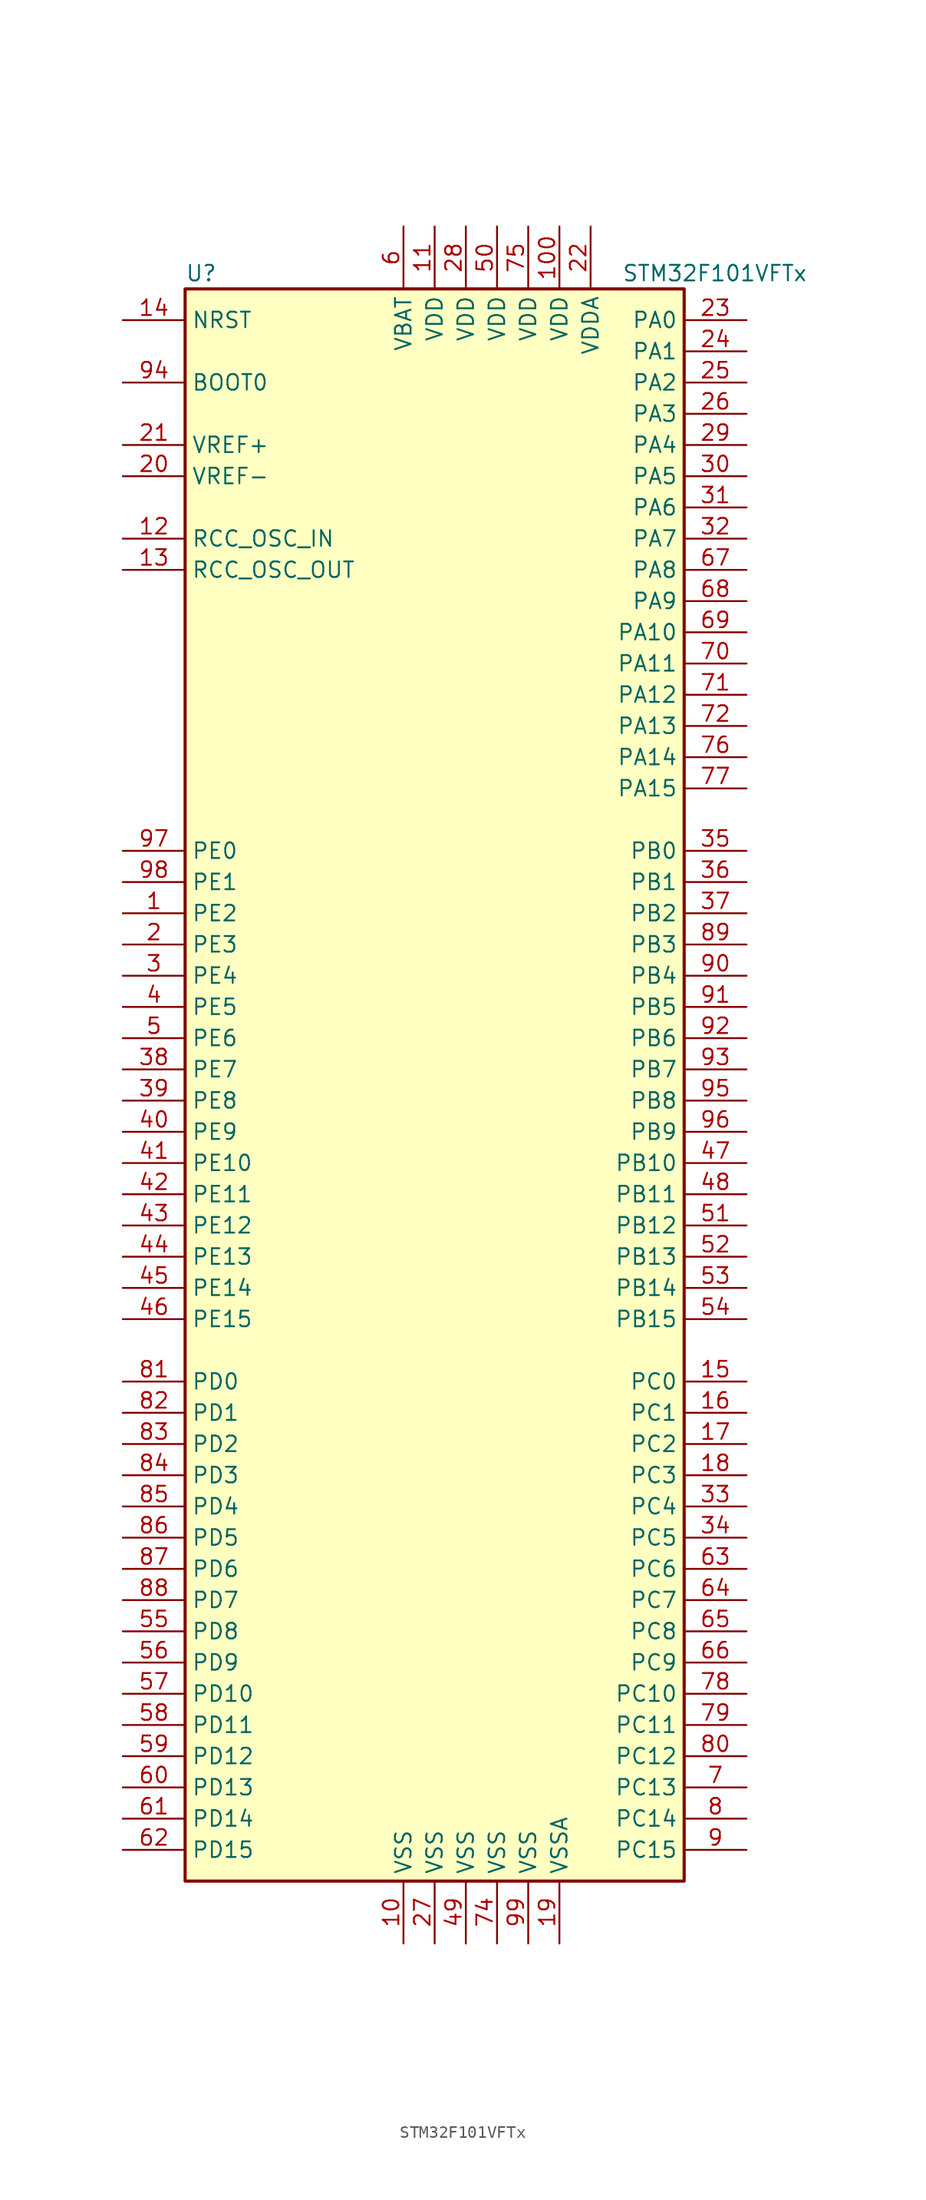
<source format=kicad_sym>
(kicad_symbol_lib
  (version 20201005)
  (generator kicad_symbol_editor)
  (symbol "MCU_ST_STM32F1:STM32F101VFTx"
    (property "Reference" "U"
      (at -20.32 64.77 0)
      (effects (font (size 1.27 1.27)) (justify left)))
    (property "Value" "STM32F101VFTx"
      (at 15.24 64.77 0)
      (effects (font (size 1.27 1.27)) (justify left)))
    (symbol "STM32F101VFTx_0_1"
      (rectangle (start -20.32 -66.04) (end 20.32 63.5) (stroke (width 0.254)) (fill (type background))))
    (symbol "STM32F101VFTx_1_1"
      (pin input line (at -25.4 55.88 0) (length 5.08) (name "BOOT0" (effects (font (size 1.27 1.27)))) (number "94" (effects (font (size 1.27 1.27)))))
      (pin no_connect line (at -20.32 -63.5 0) (length 5.08) hide (name "NC" (effects (font (size 1.27 1.27)))) (number "73" (effects (font (size 1.27 1.27)))))
      (pin input line (at -25.4 60.96 0) (length 5.08) (name "NRST" (effects (font (size 1.27 1.27)))) (number "14" (effects (font (size 1.27 1.27)))))
      (pin bidirectional line (at 25.4 60.96 180) (length 5.08) (name "PA0" (effects (font (size 1.27 1.27)))) (number "23" (effects (font (size 1.27 1.27)))))
      (pin bidirectional line (at 25.4 58.42 180) (length 5.08) (name "PA1" (effects (font (size 1.27 1.27)))) (number "24" (effects (font (size 1.27 1.27)))))
      (pin bidirectional line (at 25.4 35.56 180) (length 5.08) (name "PA10" (effects (font (size 1.27 1.27)))) (number "69" (effects (font (size 1.27 1.27)))))
      (pin bidirectional line (at 25.4 33.02 180) (length 5.08) (name "PA11" (effects (font (size 1.27 1.27)))) (number "70" (effects (font (size 1.27 1.27)))))
      (pin bidirectional line (at 25.4 30.48 180) (length 5.08) (name "PA12" (effects (font (size 1.27 1.27)))) (number "71" (effects (font (size 1.27 1.27)))))
      (pin bidirectional line (at 25.4 27.94 180) (length 5.08) (name "PA13" (effects (font (size 1.27 1.27)))) (number "72" (effects (font (size 1.27 1.27)))))
      (pin bidirectional line (at 25.4 25.4 180) (length 5.08) (name "PA14" (effects (font (size 1.27 1.27)))) (number "76" (effects (font (size 1.27 1.27)))))
      (pin bidirectional line (at 25.4 22.86 180) (length 5.08) (name "PA15" (effects (font (size 1.27 1.27)))) (number "77" (effects (font (size 1.27 1.27)))))
      (pin bidirectional line (at 25.4 55.88 180) (length 5.08) (name "PA2" (effects (font (size 1.27 1.27)))) (number "25" (effects (font (size 1.27 1.27)))))
      (pin bidirectional line (at 25.4 53.34 180) (length 5.08) (name "PA3" (effects (font (size 1.27 1.27)))) (number "26" (effects (font (size 1.27 1.27)))))
      (pin bidirectional line (at 25.4 50.8 180) (length 5.08) (name "PA4" (effects (font (size 1.27 1.27)))) (number "29" (effects (font (size 1.27 1.27)))))
      (pin bidirectional line (at 25.4 48.26 180) (length 5.08) (name "PA5" (effects (font (size 1.27 1.27)))) (number "30" (effects (font (size 1.27 1.27)))))
      (pin bidirectional line (at 25.4 45.72 180) (length 5.08) (name "PA6" (effects (font (size 1.27 1.27)))) (number "31" (effects (font (size 1.27 1.27)))))
      (pin bidirectional line (at 25.4 43.18 180) (length 5.08) (name "PA7" (effects (font (size 1.27 1.27)))) (number "32" (effects (font (size 1.27 1.27)))))
      (pin bidirectional line (at 25.4 40.64 180) (length 5.08) (name "PA8" (effects (font (size 1.27 1.27)))) (number "67" (effects (font (size 1.27 1.27)))))
      (pin bidirectional line (at 25.4 38.1 180) (length 5.08) (name "PA9" (effects (font (size 1.27 1.27)))) (number "68" (effects (font (size 1.27 1.27)))))
      (pin bidirectional line (at 25.4 17.78 180) (length 5.08) (name "PB0" (effects (font (size 1.27 1.27)))) (number "35" (effects (font (size 1.27 1.27)))))
      (pin bidirectional line (at 25.4 15.24 180) (length 5.08) (name "PB1" (effects (font (size 1.27 1.27)))) (number "36" (effects (font (size 1.27 1.27)))))
      (pin bidirectional line (at 25.4 -7.62 180) (length 5.08) (name "PB10" (effects (font (size 1.27 1.27)))) (number "47" (effects (font (size 1.27 1.27)))))
      (pin bidirectional line (at 25.4 -10.16 180) (length 5.08) (name "PB11" (effects (font (size 1.27 1.27)))) (number "48" (effects (font (size 1.27 1.27)))))
      (pin bidirectional line (at 25.4 -12.7 180) (length 5.08) (name "PB12" (effects (font (size 1.27 1.27)))) (number "51" (effects (font (size 1.27 1.27)))))
      (pin bidirectional line (at 25.4 -15.24 180) (length 5.08) (name "PB13" (effects (font (size 1.27 1.27)))) (number "52" (effects (font (size 1.27 1.27)))))
      (pin bidirectional line (at 25.4 -17.78 180) (length 5.08) (name "PB14" (effects (font (size 1.27 1.27)))) (number "53" (effects (font (size 1.27 1.27)))))
      (pin bidirectional line (at 25.4 -20.32 180) (length 5.08) (name "PB15" (effects (font (size 1.27 1.27)))) (number "54" (effects (font (size 1.27 1.27)))))
      (pin bidirectional line (at 25.4 12.7 180) (length 5.08) (name "PB2" (effects (font (size 1.27 1.27)))) (number "37" (effects (font (size 1.27 1.27)))))
      (pin bidirectional line (at 25.4 10.16 180) (length 5.08) (name "PB3" (effects (font (size 1.27 1.27)))) (number "89" (effects (font (size 1.27 1.27)))))
      (pin bidirectional line (at 25.4 7.62 180) (length 5.08) (name "PB4" (effects (font (size 1.27 1.27)))) (number "90" (effects (font (size 1.27 1.27)))))
      (pin bidirectional line (at 25.4 5.08 180) (length 5.08) (name "PB5" (effects (font (size 1.27 1.27)))) (number "91" (effects (font (size 1.27 1.27)))))
      (pin bidirectional line (at 25.4 2.54 180) (length 5.08) (name "PB6" (effects (font (size 1.27 1.27)))) (number "92" (effects (font (size 1.27 1.27)))))
      (pin bidirectional line (at 25.4 0 180) (length 5.08) (name "PB7" (effects (font (size 1.27 1.27)))) (number "93" (effects (font (size 1.27 1.27)))))
      (pin bidirectional line (at 25.4 -2.54 180) (length 5.08) (name "PB8" (effects (font (size 1.27 1.27)))) (number "95" (effects (font (size 1.27 1.27)))))
      (pin bidirectional line (at 25.4 -5.08 180) (length 5.08) (name "PB9" (effects (font (size 1.27 1.27)))) (number "96" (effects (font (size 1.27 1.27)))))
      (pin bidirectional line (at 25.4 -25.4 180) (length 5.08) (name "PC0" (effects (font (size 1.27 1.27)))) (number "15" (effects (font (size 1.27 1.27)))))
      (pin bidirectional line (at 25.4 -27.94 180) (length 5.08) (name "PC1" (effects (font (size 1.27 1.27)))) (number "16" (effects (font (size 1.27 1.27)))))
      (pin bidirectional line (at 25.4 -50.8 180) (length 5.08) (name "PC10" (effects (font (size 1.27 1.27)))) (number "78" (effects (font (size 1.27 1.27)))))
      (pin bidirectional line (at 25.4 -53.34 180) (length 5.08) (name "PC11" (effects (font (size 1.27 1.27)))) (number "79" (effects (font (size 1.27 1.27)))))
      (pin bidirectional line (at 25.4 -55.88 180) (length 5.08) (name "PC12" (effects (font (size 1.27 1.27)))) (number "80" (effects (font (size 1.27 1.27)))))
      (pin bidirectional line (at 25.4 -58.42 180) (length 5.08) (name "PC13" (effects (font (size 1.27 1.27)))) (number "7" (effects (font (size 1.27 1.27)))))
      (pin bidirectional line (at 25.4 -60.96 180) (length 5.08) (name "PC14" (effects (font (size 1.27 1.27)))) (number "8" (effects (font (size 1.27 1.27)))))
      (pin bidirectional line (at 25.4 -63.5 180) (length 5.08) (name "PC15" (effects (font (size 1.27 1.27)))) (number "9" (effects (font (size 1.27 1.27)))))
      (pin bidirectional line (at 25.4 -30.48 180) (length 5.08) (name "PC2" (effects (font (size 1.27 1.27)))) (number "17" (effects (font (size 1.27 1.27)))))
      (pin bidirectional line (at 25.4 -33.02 180) (length 5.08) (name "PC3" (effects (font (size 1.27 1.27)))) (number "18" (effects (font (size 1.27 1.27)))))
      (pin bidirectional line (at 25.4 -35.56 180) (length 5.08) (name "PC4" (effects (font (size 1.27 1.27)))) (number "33" (effects (font (size 1.27 1.27)))))
      (pin bidirectional line (at 25.4 -38.1 180) (length 5.08) (name "PC5" (effects (font (size 1.27 1.27)))) (number "34" (effects (font (size 1.27 1.27)))))
      (pin bidirectional line (at 25.4 -40.64 180) (length 5.08) (name "PC6" (effects (font (size 1.27 1.27)))) (number "63" (effects (font (size 1.27 1.27)))))
      (pin bidirectional line (at 25.4 -43.18 180) (length 5.08) (name "PC7" (effects (font (size 1.27 1.27)))) (number "64" (effects (font (size 1.27 1.27)))))
      (pin bidirectional line (at 25.4 -45.72 180) (length 5.08) (name "PC8" (effects (font (size 1.27 1.27)))) (number "65" (effects (font (size 1.27 1.27)))))
      (pin bidirectional line (at 25.4 -48.26 180) (length 5.08) (name "PC9" (effects (font (size 1.27 1.27)))) (number "66" (effects (font (size 1.27 1.27)))))
      (pin bidirectional line (at -25.4 -25.4 0) (length 5.08) (name "PD0" (effects (font (size 1.27 1.27)))) (number "81" (effects (font (size 1.27 1.27)))))
      (pin bidirectional line (at -25.4 -27.94 0) (length 5.08) (name "PD1" (effects (font (size 1.27 1.27)))) (number "82" (effects (font (size 1.27 1.27)))))
      (pin bidirectional line (at -25.4 -50.8 0) (length 5.08) (name "PD10" (effects (font (size 1.27 1.27)))) (number "57" (effects (font (size 1.27 1.27)))))
      (pin bidirectional line (at -25.4 -53.34 0) (length 5.08) (name "PD11" (effects (font (size 1.27 1.27)))) (number "58" (effects (font (size 1.27 1.27)))))
      (pin bidirectional line (at -25.4 -55.88 0) (length 5.08) (name "PD12" (effects (font (size 1.27 1.27)))) (number "59" (effects (font (size 1.27 1.27)))))
      (pin bidirectional line (at -25.4 -58.42 0) (length 5.08) (name "PD13" (effects (font (size 1.27 1.27)))) (number "60" (effects (font (size 1.27 1.27)))))
      (pin bidirectional line (at -25.4 -60.96 0) (length 5.08) (name "PD14" (effects (font (size 1.27 1.27)))) (number "61" (effects (font (size 1.27 1.27)))))
      (pin bidirectional line (at -25.4 -63.5 0) (length 5.08) (name "PD15" (effects (font (size 1.27 1.27)))) (number "62" (effects (font (size 1.27 1.27)))))
      (pin bidirectional line (at -25.4 -30.48 0) (length 5.08) (name "PD2" (effects (font (size 1.27 1.27)))) (number "83" (effects (font (size 1.27 1.27)))))
      (pin bidirectional line (at -25.4 -33.02 0) (length 5.08) (name "PD3" (effects (font (size 1.27 1.27)))) (number "84" (effects (font (size 1.27 1.27)))))
      (pin bidirectional line (at -25.4 -35.56 0) (length 5.08) (name "PD4" (effects (font (size 1.27 1.27)))) (number "85" (effects (font (size 1.27 1.27)))))
      (pin bidirectional line (at -25.4 -38.1 0) (length 5.08) (name "PD5" (effects (font (size 1.27 1.27)))) (number "86" (effects (font (size 1.27 1.27)))))
      (pin bidirectional line (at -25.4 -40.64 0) (length 5.08) (name "PD6" (effects (font (size 1.27 1.27)))) (number "87" (effects (font (size 1.27 1.27)))))
      (pin bidirectional line (at -25.4 -43.18 0) (length 5.08) (name "PD7" (effects (font (size 1.27 1.27)))) (number "88" (effects (font (size 1.27 1.27)))))
      (pin bidirectional line (at -25.4 -45.72 0) (length 5.08) (name "PD8" (effects (font (size 1.27 1.27)))) (number "55" (effects (font (size 1.27 1.27)))))
      (pin bidirectional line (at -25.4 -48.26 0) (length 5.08) (name "PD9" (effects (font (size 1.27 1.27)))) (number "56" (effects (font (size 1.27 1.27)))))
      (pin bidirectional line (at -25.4 17.78 0) (length 5.08) (name "PE0" (effects (font (size 1.27 1.27)))) (number "97" (effects (font (size 1.27 1.27)))))
      (pin bidirectional line (at -25.4 15.24 0) (length 5.08) (name "PE1" (effects (font (size 1.27 1.27)))) (number "98" (effects (font (size 1.27 1.27)))))
      (pin bidirectional line (at -25.4 -7.62 0) (length 5.08) (name "PE10" (effects (font (size 1.27 1.27)))) (number "41" (effects (font (size 1.27 1.27)))))
      (pin bidirectional line (at -25.4 -10.16 0) (length 5.08) (name "PE11" (effects (font (size 1.27 1.27)))) (number "42" (effects (font (size 1.27 1.27)))))
      (pin bidirectional line (at -25.4 -12.7 0) (length 5.08) (name "PE12" (effects (font (size 1.27 1.27)))) (number "43" (effects (font (size 1.27 1.27)))))
      (pin bidirectional line (at -25.4 -15.24 0) (length 5.08) (name "PE13" (effects (font (size 1.27 1.27)))) (number "44" (effects (font (size 1.27 1.27)))))
      (pin bidirectional line (at -25.4 -17.78 0) (length 5.08) (name "PE14" (effects (font (size 1.27 1.27)))) (number "45" (effects (font (size 1.27 1.27)))))
      (pin bidirectional line (at -25.4 -20.32 0) (length 5.08) (name "PE15" (effects (font (size 1.27 1.27)))) (number "46" (effects (font (size 1.27 1.27)))))
      (pin bidirectional line (at -25.4 12.7 0) (length 5.08) (name "PE2" (effects (font (size 1.27 1.27)))) (number "1" (effects (font (size 1.27 1.27)))))
      (pin bidirectional line (at -25.4 10.16 0) (length 5.08) (name "PE3" (effects (font (size 1.27 1.27)))) (number "2" (effects (font (size 1.27 1.27)))))
      (pin bidirectional line (at -25.4 7.62 0) (length 5.08) (name "PE4" (effects (font (size 1.27 1.27)))) (number "3" (effects (font (size 1.27 1.27)))))
      (pin bidirectional line (at -25.4 5.08 0) (length 5.08) (name "PE5" (effects (font (size 1.27 1.27)))) (number "4" (effects (font (size 1.27 1.27)))))
      (pin bidirectional line (at -25.4 2.54 0) (length 5.08) (name "PE6" (effects (font (size 1.27 1.27)))) (number "5" (effects (font (size 1.27 1.27)))))
      (pin bidirectional line (at -25.4 0 0) (length 5.08) (name "PE7" (effects (font (size 1.27 1.27)))) (number "38" (effects (font (size 1.27 1.27)))))
      (pin bidirectional line (at -25.4 -2.54 0) (length 5.08) (name "PE8" (effects (font (size 1.27 1.27)))) (number "39" (effects (font (size 1.27 1.27)))))
      (pin bidirectional line (at -25.4 -5.08 0) (length 5.08) (name "PE9" (effects (font (size 1.27 1.27)))) (number "40" (effects (font (size 1.27 1.27)))))
      (pin input line (at -25.4 43.18 0) (length 5.08) (name "RCC_OSC_IN" (effects (font (size 1.27 1.27)))) (number "12" (effects (font (size 1.27 1.27)))))
      (pin input line (at -25.4 40.64 0) (length 5.08) (name "RCC_OSC_OUT" (effects (font (size 1.27 1.27)))) (number "13" (effects (font (size 1.27 1.27)))))
      (pin power_in line (at -2.54 68.58 270) (length 5.08) (name "VBAT" (effects (font (size 1.27 1.27)))) (number "6" (effects (font (size 1.27 1.27)))))
      (pin power_in line (at 10.16 68.58 270) (length 5.08) (name "VDD" (effects (font (size 1.27 1.27)))) (number "100" (effects (font (size 1.27 1.27)))))
      (pin power_in line (at 0 68.58 270) (length 5.08) (name "VDD" (effects (font (size 1.27 1.27)))) (number "11" (effects (font (size 1.27 1.27)))))
      (pin power_in line (at 2.54 68.58 270) (length 5.08) (name "VDD" (effects (font (size 1.27 1.27)))) (number "28" (effects (font (size 1.27 1.27)))))
      (pin power_in line (at 5.08 68.58 270) (length 5.08) (name "VDD" (effects (font (size 1.27 1.27)))) (number "50" (effects (font (size 1.27 1.27)))))
      (pin power_in line (at 7.62 68.58 270) (length 5.08) (name "VDD" (effects (font (size 1.27 1.27)))) (number "75" (effects (font (size 1.27 1.27)))))
      (pin power_in line (at 12.7 68.58 270) (length 5.08) (name "VDDA" (effects (font (size 1.27 1.27)))) (number "22" (effects (font (size 1.27 1.27)))))
      (pin power_in line (at -25.4 50.8 0) (length 5.08) (name "VREF+" (effects (font (size 1.27 1.27)))) (number "21" (effects (font (size 1.27 1.27)))))
      (pin power_in line (at -25.4 48.26 0) (length 5.08) (name "VREF-" (effects (font (size 1.27 1.27)))) (number "20" (effects (font (size 1.27 1.27)))))
      (pin power_in line (at -2.54 -71.12 90) (length 5.08) (name "VSS" (effects (font (size 1.27 1.27)))) (number "10" (effects (font (size 1.27 1.27)))))
      (pin power_in line (at 0 -71.12 90) (length 5.08) (name "VSS" (effects (font (size 1.27 1.27)))) (number "27" (effects (font (size 1.27 1.27)))))
      (pin power_in line (at 2.54 -71.12 90) (length 5.08) (name "VSS" (effects (font (size 1.27 1.27)))) (number "49" (effects (font (size 1.27 1.27)))))
      (pin power_in line (at 5.08 -71.12 90) (length 5.08) (name "VSS" (effects (font (size 1.27 1.27)))) (number "74" (effects (font (size 1.27 1.27)))))
      (pin power_in line (at 7.62 -71.12 90) (length 5.08) (name "VSS" (effects (font (size 1.27 1.27)))) (number "99" (effects (font (size 1.27 1.27)))))
      (pin power_in line (at 10.16 -71.12 90) (length 5.08) (name "VSSA" (effects (font (size 1.27 1.27)))) (number "19" (effects (font (size 1.27 1.27))))))))
</source>
